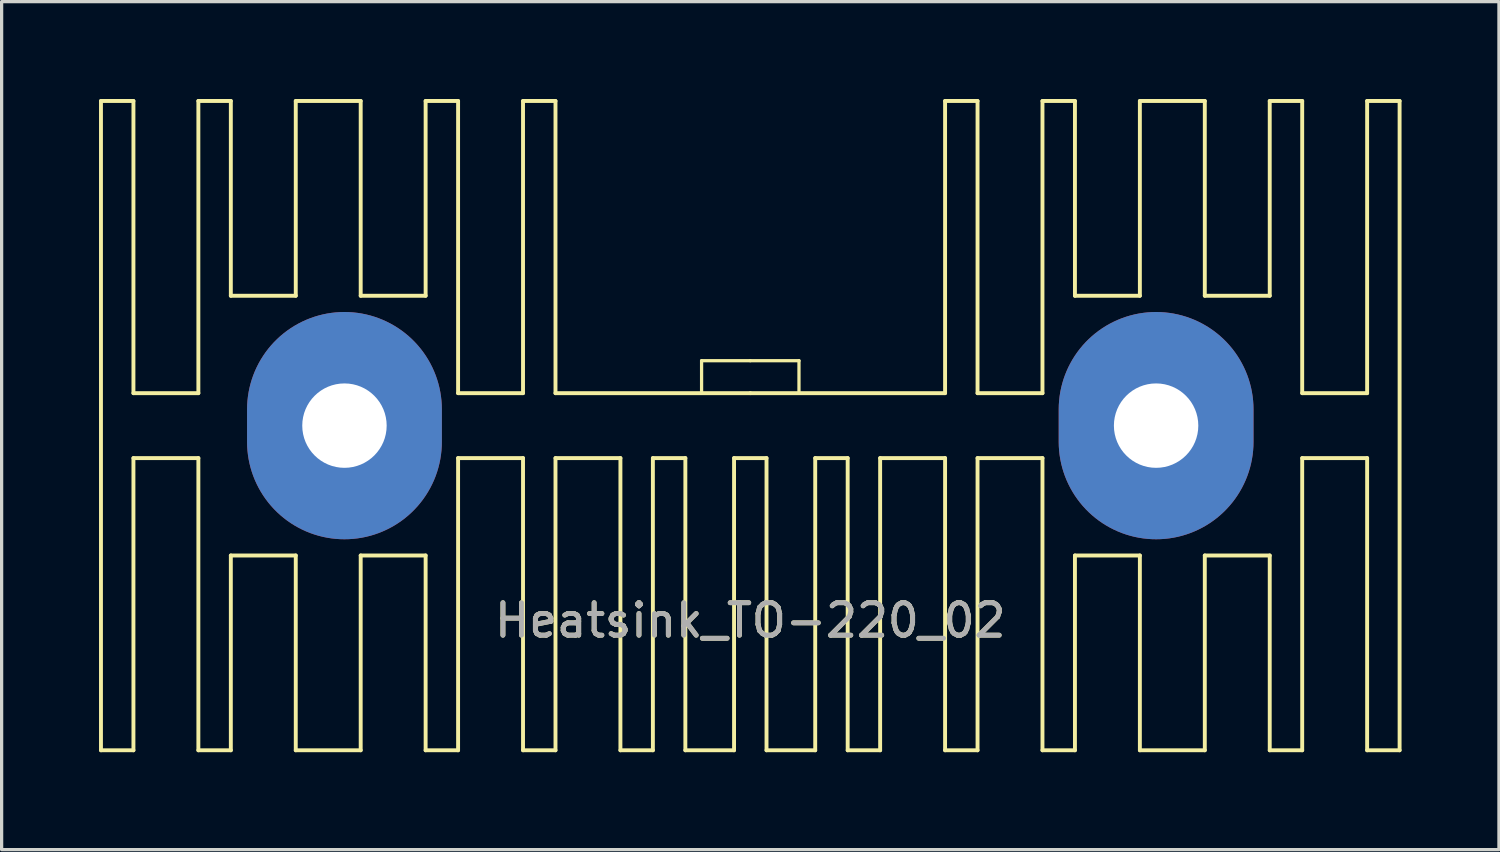
<source format=kicad_pcb>
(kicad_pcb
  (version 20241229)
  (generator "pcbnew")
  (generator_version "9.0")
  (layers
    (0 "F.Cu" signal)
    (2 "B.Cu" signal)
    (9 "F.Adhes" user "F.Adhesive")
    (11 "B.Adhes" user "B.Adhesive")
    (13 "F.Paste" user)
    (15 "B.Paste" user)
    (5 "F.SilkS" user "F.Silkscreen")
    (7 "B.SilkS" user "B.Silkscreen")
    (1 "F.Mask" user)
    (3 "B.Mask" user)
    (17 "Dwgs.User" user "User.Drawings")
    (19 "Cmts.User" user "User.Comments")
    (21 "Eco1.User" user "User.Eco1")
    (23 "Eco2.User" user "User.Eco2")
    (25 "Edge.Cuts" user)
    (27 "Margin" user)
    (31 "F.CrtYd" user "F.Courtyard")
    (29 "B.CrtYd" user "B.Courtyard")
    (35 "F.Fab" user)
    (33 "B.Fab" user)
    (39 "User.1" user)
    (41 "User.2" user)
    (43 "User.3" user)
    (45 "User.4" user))
  (footprint "Heatsink_TO-220_02"
    (layer "F.Cu")
    (at 20.06 10.06)
    (property "Reference" "Heatsink_TO-220_02" (at 0 6 0) (layer "F.SilkS") (effects (font (size 1 1) (thickness 0.15))))
    (attr through_hole)
    (fp_line (start -20 10) (end -20 -10) (stroke (width 0.12) (type default)) (layer "F.SilkS"))
    (fp_line (start -19 -10) (end -20 -10) (stroke (width 0.12) (type default)) (layer "F.SilkS"))
    (fp_line (start -19 -1) (end -19 -10) (stroke (width 0.12) (type default)) (layer "F.SilkS"))
    (fp_line (start -19 10) (end -20 10) (stroke (width 0.12) (type default)) (layer "F.SilkS"))
    (fp_line (start -19 10) (end -19 1) (stroke (width 0.12) (type default)) (layer "F.SilkS"))
    (fp_line (start -17 -1) (end -19 -1) (stroke (width 0.12) (type default)) (layer "F.SilkS"))
    (fp_line (start -17 -1) (end -17 -10) (stroke (width 0.12) (type default)) (layer "F.SilkS"))
    (fp_line (start -17 1) (end -19 1) (stroke (width 0.12) (type default)) (layer "F.SilkS"))
    (fp_line (start -17 10) (end -17 1) (stroke (width 0.12) (type default)) (layer "F.SilkS"))
    (fp_line (start -16 -10) (end -17 -10) (stroke (width 0.12) (type default)) (layer "F.SilkS"))
    (fp_line (start -16 -4) (end -16 -10) (stroke (width 0.12) (type default)) (layer "F.SilkS"))
    (fp_line (start -16 10) (end -17 10) (stroke (width 0.12) (type default)) (layer "F.SilkS"))
    (fp_line (start -16 10) (end -16 4) (stroke (width 0.12) (type default)) (layer "F.SilkS"))
    (fp_line (start -14 -4) (end -16 -4) (stroke (width 0.12) (type default)) (layer "F.SilkS"))
    (fp_line (start -14 -4) (end -14 -10) (stroke (width 0.12) (type default)) (layer "F.SilkS"))
    (fp_line (start -14 4) (end -16 4) (stroke (width 0.12) (type default)) (layer "F.SilkS"))
    (fp_line (start -14 10) (end -14 4) (stroke (width 0.12) (type default)) (layer "F.SilkS"))
    (fp_line (start -12 -10) (end -14 -10) (stroke (width 0.12) (type default)) (layer "F.SilkS"))
    (fp_line (start -12 -4) (end -12 -10) (stroke (width 0.12) (type default)) (layer "F.SilkS"))
    (fp_line (start -12 10) (end -14 10) (stroke (width 0.12) (type default)) (layer "F.SilkS"))
    (fp_line (start -12 10) (end -12 4) (stroke (width 0.12) (type default)) (layer "F.SilkS"))
    (fp_line (start -10 -4) (end -12 -4) (stroke (width 0.12) (type default)) (layer "F.SilkS"))
    (fp_line (start -10 -4) (end -10 -10) (stroke (width 0.12) (type default)) (layer "F.SilkS"))
    (fp_line (start -10 4) (end -12 4) (stroke (width 0.12) (type default)) (layer "F.SilkS"))
    (fp_line (start -10 10) (end -10 4) (stroke (width 0.12) (type default)) (layer "F.SilkS"))
    (fp_line (start -9 -10) (end -10 -10) (stroke (width 0.12) (type default)) (layer "F.SilkS"))
    (fp_line (start -9 -1) (end -9 -10) (stroke (width 0.12) (type default)) (layer "F.SilkS"))
    (fp_line (start -9 10) (end -10 10) (stroke (width 0.12) (type default)) (layer "F.SilkS"))
    (fp_line (start -9 10) (end -9 1) (stroke (width 0.12) (type default)) (layer "F.SilkS"))
    (fp_line (start -7 -1) (end -9 -1) (stroke (width 0.12) (type default)) (layer "F.SilkS"))
    (fp_line (start -7 -1) (end -7 -10) (stroke (width 0.12) (type default)) (layer "F.SilkS"))
    (fp_line (start -7 1) (end -9 1) (stroke (width 0.12) (type default)) (layer "F.SilkS"))
    (fp_line (start -7 10) (end -7 1) (stroke (width 0.12) (type default)) (layer "F.SilkS"))
    (fp_line (start -6 -10) (end -7 -10) (stroke (width 0.12) (type default)) (layer "F.SilkS"))
    (fp_line (start -6 -1) (end -6 -10) (stroke (width 0.12) (type default)) (layer "F.SilkS"))
    (fp_line (start -6 -1) (end 0 -1) (stroke (width 0.12) (type default)) (layer "F.SilkS"))
    (fp_line (start -6 1) (end -6 10) (stroke (width 0.12) (type default)) (layer "F.SilkS"))
    (fp_line (start -6 10) (end -7 10) (stroke (width 0.12) (type default)) (layer "F.SilkS"))
    (fp_line (start -4 1) (end -6 1) (stroke (width 0.12) (type default)) (layer "F.SilkS"))
    (fp_line (start -4 1) (end -4 10) (stroke (width 0.12) (type default)) (layer "F.SilkS"))
    (fp_line (start -3 1) (end -3 10) (stroke (width 0.12) (type default)) (layer "F.SilkS"))
    (fp_line (start -3 10) (end -4 10) (stroke (width 0.12) (type default)) (layer "F.SilkS"))
    (fp_line (start -2 1) (end -3 1) (stroke (width 0.12) (type default)) (layer "F.SilkS"))
    (fp_line (start -2 1) (end -2 10) (stroke (width 0.12) (type default)) (layer "F.SilkS"))
    (fp_line (start -1.5 -2) (end -1.5 -1) (stroke (width 0.1) (type default)) (layer "F.SilkS"))
    (fp_line (start -0.5 1) (end -0.5 10) (stroke (width 0.12) (type default)) (layer "F.SilkS"))
    (fp_line (start -0.5 10) (end -2 10) (stroke (width 0.12) (type default)) (layer "F.SilkS"))
    (fp_line (start 0 -2) (end -1.5 -2) (stroke (width 0.1) (type default)) (layer "F.SilkS"))
    (fp_line (start 0 -2) (end 1.5 -2) (stroke (width 0.1) (type default)) (layer "F.SilkS"))
    (fp_line (start 0 -1) (end 6 -1) (stroke (width 0.12) (type default)) (layer "F.SilkS"))
    (fp_line (start 0.5 1) (end -0.5 1) (stroke (width 0.12) (type default)) (layer "F.SilkS"))
    (fp_line (start 0.5 1) (end 0.5 10) (stroke (width 0.12) (type default)) (layer "F.SilkS"))
    (fp_line (start 1.5 -2) (end 1.5 -1) (stroke (width 0.1) (type default)) (layer "F.SilkS"))
    (fp_line (start 2 1) (end 2 10) (stroke (width 0.12) (type default)) (layer "F.SilkS"))
    (fp_line (start 2 10) (end 0.5 10) (stroke (width 0.12) (type default)) (layer "F.SilkS"))
    (fp_line (start 3 1) (end 2 1) (stroke (width 0.12) (type default)) (layer "F.SilkS"))
    (fp_line (start 3 1) (end 3 10) (stroke (width 0.12) (type default)) (layer "F.SilkS"))
    (fp_line (start 4 1) (end 4 10) (stroke (width 0.12) (type default)) (layer "F.SilkS"))
    (fp_line (start 4 10) (end 3 10) (stroke (width 0.12) (type default)) (layer "F.SilkS"))
    (fp_line (start 6 -1) (end 6 -10) (stroke (width 0.12) (type default)) (layer "F.SilkS"))
    (fp_line (start 6 1) (end 4 1) (stroke (width 0.12) (type default)) (layer "F.SilkS"))
    (fp_line (start 6 1) (end 6 10) (stroke (width 0.12) (type default)) (layer "F.SilkS"))
    (fp_line (start 7 -10) (end 6 -10) (stroke (width 0.12) (type default)) (layer "F.SilkS"))
    (fp_line (start 7 -1) (end 7 -10) (stroke (width 0.12) (type default)) (layer "F.SilkS"))
    (fp_line (start 7 10) (end 6 10) (stroke (width 0.12) (type default)) (layer "F.SilkS"))
    (fp_line (start 7 10) (end 7 1) (stroke (width 0.12) (type default)) (layer "F.SilkS"))
    (fp_line (start 9 -1) (end 7 -1) (stroke (width 0.12) (type default)) (layer "F.SilkS"))
    (fp_line (start 9 -1) (end 9 -10) (stroke (width 0.12) (type default)) (layer "F.SilkS"))
    (fp_line (start 9 1) (end 7 1) (stroke (width 0.12) (type default)) (layer "F.SilkS"))
    (fp_line (start 9 10) (end 9 1) (stroke (width 0.12) (type default)) (layer "F.SilkS"))
    (fp_line (start 10 -10) (end 9 -10) (stroke (width 0.12) (type default)) (layer "F.SilkS"))
    (fp_line (start 10 -4) (end 10 -10) (stroke (width 0.12) (type default)) (layer "F.SilkS"))
    (fp_line (start 10 10) (end 9 10) (stroke (width 0.12) (type default)) (layer "F.SilkS"))
    (fp_line (start 10 10) (end 10 4) (stroke (width 0.12) (type default)) (layer "F.SilkS"))
    (fp_line (start 12 -4) (end 10 -4) (stroke (width 0.12) (type default)) (layer "F.SilkS"))
    (fp_line (start 12 -4) (end 12 -10) (stroke (width 0.12) (type default)) (layer "F.SilkS"))
    (fp_line (start 12 4) (end 10 4) (stroke (width 0.12) (type default)) (layer "F.SilkS"))
    (fp_line (start 12 10) (end 12 4) (stroke (width 0.12) (type default)) (layer "F.SilkS"))
    (fp_line (start 14 -10) (end 12 -10) (stroke (width 0.12) (type default)) (layer "F.SilkS"))
    (fp_line (start 14 -4) (end 14 -10) (stroke (width 0.12) (type default)) (layer "F.SilkS"))
    (fp_line (start 14 10) (end 12 10) (stroke (width 0.12) (type default)) (layer "F.SilkS"))
    (fp_line (start 14 10) (end 14 4) (stroke (width 0.12) (type default)) (layer "F.SilkS"))
    (fp_line (start 16 -4) (end 14 -4) (stroke (width 0.12) (type default)) (layer "F.SilkS"))
    (fp_line (start 16 -4) (end 16 -10) (stroke (width 0.12) (type default)) (layer "F.SilkS"))
    (fp_line (start 16 4) (end 14 4) (stroke (width 0.12) (type default)) (layer "F.SilkS"))
    (fp_line (start 16 10) (end 16 4) (stroke (width 0.12) (type default)) (layer "F.SilkS"))
    (fp_line (start 17 -10) (end 16 -10) (stroke (width 0.12) (type default)) (layer "F.SilkS"))
    (fp_line (start 17 -1) (end 17 -10) (stroke (width 0.12) (type default)) (layer "F.SilkS"))
    (fp_line (start 17 10) (end 16 10) (stroke (width 0.12) (type default)) (layer "F.SilkS"))
    (fp_line (start 17 10) (end 17 1) (stroke (width 0.12) (type default)) (layer "F.SilkS"))
    (fp_line (start 19 -1) (end 17 -1) (stroke (width 0.12) (type default)) (layer "F.SilkS"))
    (fp_line (start 19 -1) (end 19 -10) (stroke (width 0.12) (type default)) (layer "F.SilkS"))
    (fp_line (start 19 1) (end 17 1) (stroke (width 0.12) (type default)) (layer "F.SilkS"))
    (fp_line (start 19 10) (end 19 1) (stroke (width 0.12) (type default)) (layer "F.SilkS"))
    (fp_line (start 20 -10) (end 19 -10) (stroke (width 0.12) (type default)) (layer "F.SilkS"))
    (fp_line (start 20 10) (end 19 10) (stroke (width 0.12) (type default)) (layer "F.SilkS"))
    (fp_line (start 20 10) (end 20 -10) (stroke (width 0.12) (type default)) (layer "F.SilkS"))
    (fp_text user "${REFERENCE}" (at 0 6 0) (layer "F.Fab") (effects (font (size 1 1) (thickness 0.15))))
    (pad "1" thru_hole oval (at -12.5 0) (size 6 7) (drill 2.6) (layers "*.Cu" "*.Mask"))
    (pad "2" thru_hole oval (at 12.5 0) (size 6 7) (drill 2.6) (layers "*.Cu" "*.Mask")))
  (gr_rect
    (start -3 -3)
    (end 43.12 23.12)
    (stroke (width 0.1) (type default))
    (fill no)
    (layer "Edge.Cuts")))
</source>
